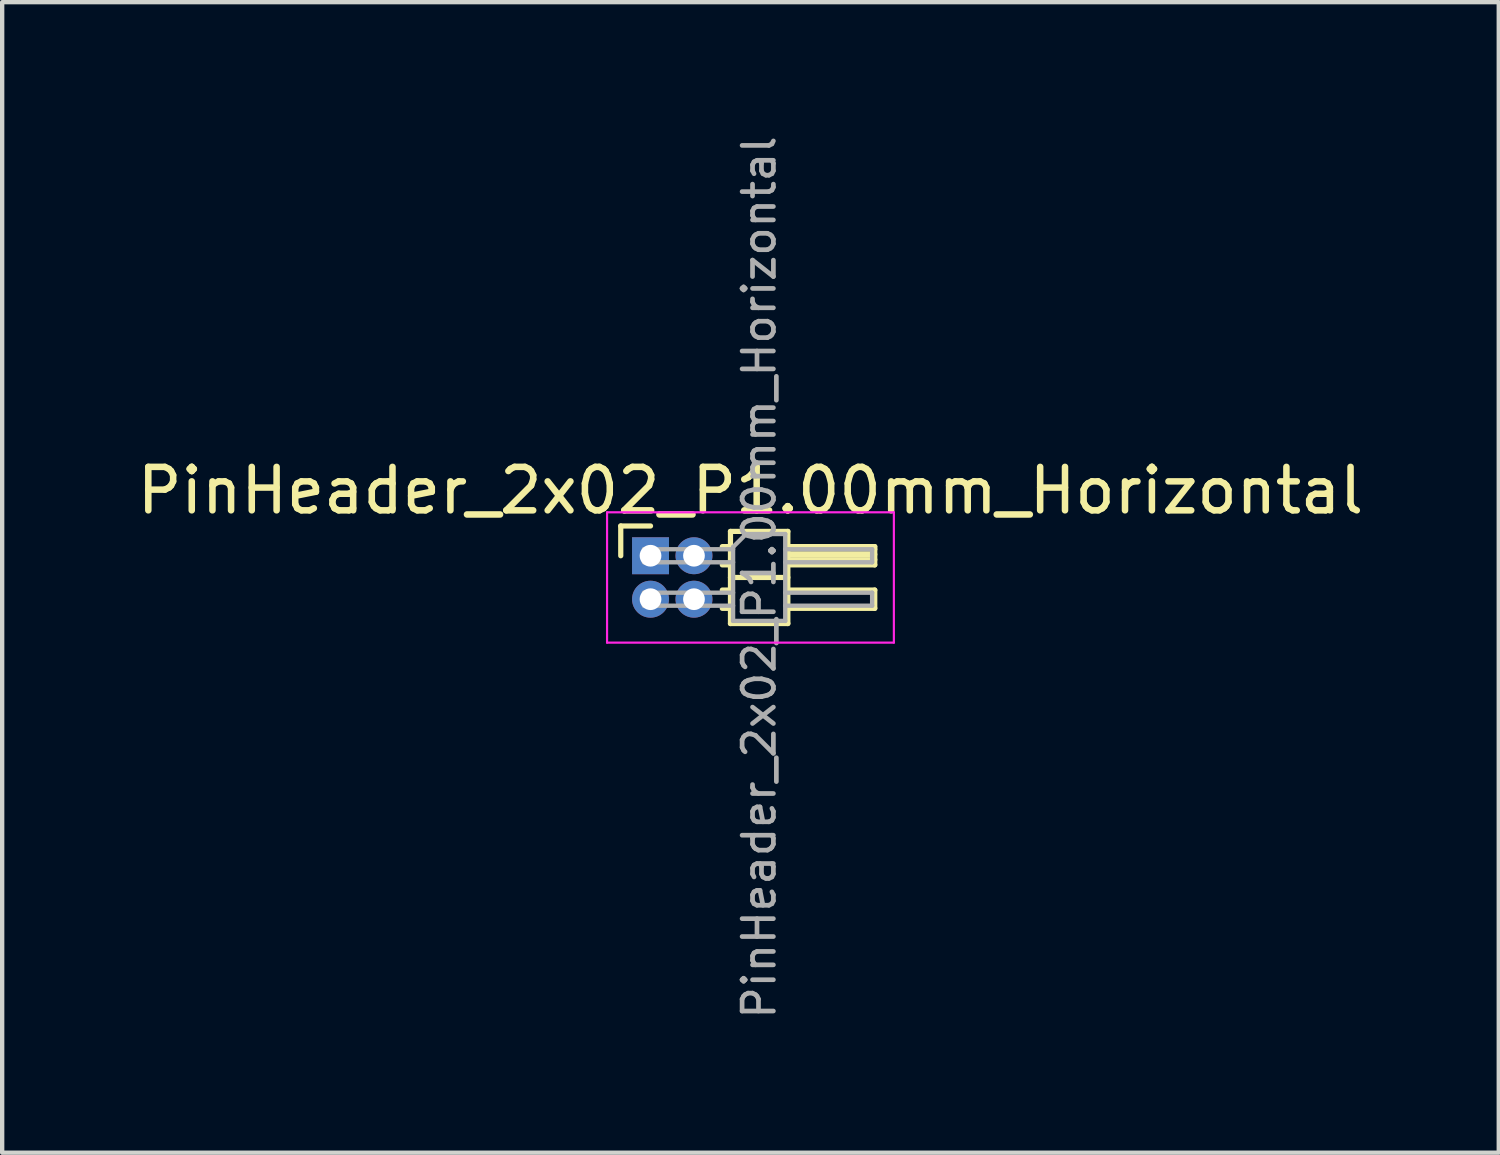
<source format=kicad_pcb>
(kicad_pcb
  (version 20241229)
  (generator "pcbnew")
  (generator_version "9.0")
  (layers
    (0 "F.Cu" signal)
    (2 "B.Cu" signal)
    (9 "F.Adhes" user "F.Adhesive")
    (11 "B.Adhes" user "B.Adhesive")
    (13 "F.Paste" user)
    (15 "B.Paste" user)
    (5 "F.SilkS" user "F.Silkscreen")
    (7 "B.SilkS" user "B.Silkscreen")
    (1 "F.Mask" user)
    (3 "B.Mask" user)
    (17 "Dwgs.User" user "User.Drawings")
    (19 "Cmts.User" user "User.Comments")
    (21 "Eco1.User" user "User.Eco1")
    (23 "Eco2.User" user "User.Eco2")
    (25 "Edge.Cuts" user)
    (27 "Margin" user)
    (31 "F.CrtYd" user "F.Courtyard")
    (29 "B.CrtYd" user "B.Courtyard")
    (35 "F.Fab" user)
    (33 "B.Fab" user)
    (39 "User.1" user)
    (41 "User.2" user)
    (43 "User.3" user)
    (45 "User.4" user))
  (footprint "PinHeader_2x02_P1.00mm_Horizontal"
    (layer "F.Cu")
    (at 11.92 9.739)
    (property "Reference" "PinHeader_2x02_P1.00mm_Horizontal" (at 2.3 -1.5 0) (layer "F.SilkS") (effects (font (size 1 1) (thickness 0.15))))
    (attr through_hole)
    (fp_line (start -0.685 -0.685) (end 0 -0.685) (stroke (width 0.12) (type solid)) (layer "F.SilkS"))
    (fp_line (start -0.685 0) (end -0.685 -0.685) (stroke (width 0.12) (type solid)) (layer "F.SilkS"))
    (fp_line (start 1.652 -0.21) (end 1.84 -0.21) (stroke (width 0.12) (type solid)) (layer "F.SilkS"))
    (fp_line (start 1.652 0.21) (end 1.84 0.21) (stroke (width 0.12) (type solid)) (layer "F.SilkS"))
    (fp_line (start 1.652 0.79) (end 1.84 0.79) (stroke (width 0.12) (type solid)) (layer "F.SilkS"))
    (fp_line (start 1.652 1.21) (end 1.84 1.21) (stroke (width 0.12) (type solid)) (layer "F.SilkS"))
    (fp_line (start 1.84 -0.56) (end 1.84 1.56) (stroke (width 0.12) (type solid)) (layer "F.SilkS"))
    (fp_line (start 1.84 0.5) (end 3.16 0.5) (stroke (width 0.12) (type solid)) (layer "F.SilkS"))
    (fp_line (start 1.84 1.56) (end 3.16 1.56) (stroke (width 0.12) (type solid)) (layer "F.SilkS"))
    (fp_line (start 3.16 -0.56) (end 1.84 -0.56) (stroke (width 0.12) (type solid)) (layer "F.SilkS"))
    (fp_line (start 3.16 -0.21) (end 5.16 -0.21) (stroke (width 0.12) (type solid)) (layer "F.SilkS"))
    (fp_line (start 3.16 -0.15) (end 5.16 -0.15) (stroke (width 0.12) (type solid)) (layer "F.SilkS"))
    (fp_line (start 3.16 -0.03) (end 5.16 -0.03) (stroke (width 0.12) (type solid)) (layer "F.SilkS"))
    (fp_line (start 3.16 0.09) (end 5.16 0.09) (stroke (width 0.12) (type solid)) (layer "F.SilkS"))
    (fp_line (start 3.16 0.79) (end 5.16 0.79) (stroke (width 0.12) (type solid)) (layer "F.SilkS"))
    (fp_line (start 3.16 1.56) (end 3.16 -0.56) (stroke (width 0.12) (type solid)) (layer "F.SilkS"))
    (fp_line (start 5.16 -0.21) (end 5.16 0.21) (stroke (width 0.12) (type solid)) (layer "F.SilkS"))
    (fp_line (start 5.16 0.21) (end 3.16 0.21) (stroke (width 0.12) (type solid)) (layer "F.SilkS"))
    (fp_line (start 5.16 0.79) (end 5.16 1.21) (stroke (width 0.12) (type solid)) (layer "F.SilkS"))
    (fp_line (start 5.16 1.21) (end 3.16 1.21) (stroke (width 0.12) (type solid)) (layer "F.SilkS"))
    (fp_line (start -1 -1) (end -1 2) (stroke (width 0.05) (type solid)) (layer "F.CrtYd"))
    (fp_line (start -1 2) (end 5.6 2) (stroke (width 0.05) (type solid)) (layer "F.CrtYd"))
    (fp_line (start 5.6 -1) (end -1 -1) (stroke (width 0.05) (type solid)) (layer "F.CrtYd"))
    (fp_line (start 5.6 2) (end 5.6 -1) (stroke (width 0.05) (type solid)) (layer "F.CrtYd"))
    (fp_line (start -0.15 -0.15) (end -0.15 0.15) (stroke (width 0.1) (type solid)) (layer "F.Fab"))
    (fp_line (start -0.15 -0.15) (end 1.9 -0.15) (stroke (width 0.1) (type solid)) (layer "F.Fab"))
    (fp_line (start -0.15 0.15) (end 1.9 0.15) (stroke (width 0.1) (type solid)) (layer "F.Fab"))
    (fp_line (start -0.15 0.85) (end -0.15 1.15) (stroke (width 0.1) (type solid)) (layer "F.Fab"))
    (fp_line (start -0.15 0.85) (end 1.9 0.85) (stroke (width 0.1) (type solid)) (layer "F.Fab"))
    (fp_line (start -0.15 1.15) (end 1.9 1.15) (stroke (width 0.1) (type solid)) (layer "F.Fab"))
    (fp_line (start 1.9 -0.2) (end 2.2 -0.5) (stroke (width 0.1) (type solid)) (layer "F.Fab"))
    (fp_line (start 1.9 1.5) (end 1.9 -0.2) (stroke (width 0.1) (type solid)) (layer "F.Fab"))
    (fp_line (start 2.2 -0.5) (end 3.1 -0.5) (stroke (width 0.1) (type solid)) (layer "F.Fab"))
    (fp_line (start 3.1 -0.5) (end 3.1 1.5) (stroke (width 0.1) (type solid)) (layer "F.Fab"))
    (fp_line (start 3.1 -0.15) (end 5.1 -0.15) (stroke (width 0.1) (type solid)) (layer "F.Fab"))
    (fp_line (start 3.1 0.15) (end 5.1 0.15) (stroke (width 0.1) (type solid)) (layer "F.Fab"))
    (fp_line (start 3.1 0.85) (end 5.1 0.85) (stroke (width 0.1) (type solid)) (layer "F.Fab"))
    (fp_line (start 3.1 1.15) (end 5.1 1.15) (stroke (width 0.1) (type solid)) (layer "F.Fab"))
    (fp_line (start 3.1 1.5) (end 1.9 1.5) (stroke (width 0.1) (type solid)) (layer "F.Fab"))
    (fp_line (start 5.1 -0.15) (end 5.1 0.15) (stroke (width 0.1) (type solid)) (layer "F.Fab"))
    (fp_line (start 5.1 0.85) (end 5.1 1.15) (stroke (width 0.1) (type solid)) (layer "F.Fab"))
    (fp_text user "${REFERENCE}" (at 2.5 0.5 90) (layer "F.Fab") (effects (font (size 0.72 0.72) (thickness 0.108))))
    (pad "1" thru_hole rect (at 0 0) (size 0.85 0.85) (drill 0.5) (layers "*.Cu" "*.Mask"))
    (pad "2" thru_hole oval (at 1 0) (size 0.85 0.85) (drill 0.5) (layers "*.Cu" "*.Mask"))
    (pad "3" thru_hole oval (at 0 1) (size 0.85 0.85) (drill 0.5) (layers "*.Cu" "*.Mask"))
    (pad "4" thru_hole oval (at 1 1) (size 0.85 0.85) (drill 0.5) (layers "*.Cu" "*.Mask")))
  (gr_rect
    (start -3 -3)
    (end 31.44 23.477)
    (stroke (width 0.1) (type default))
    (fill no)
    (layer "Edge.Cuts")))
</source>
